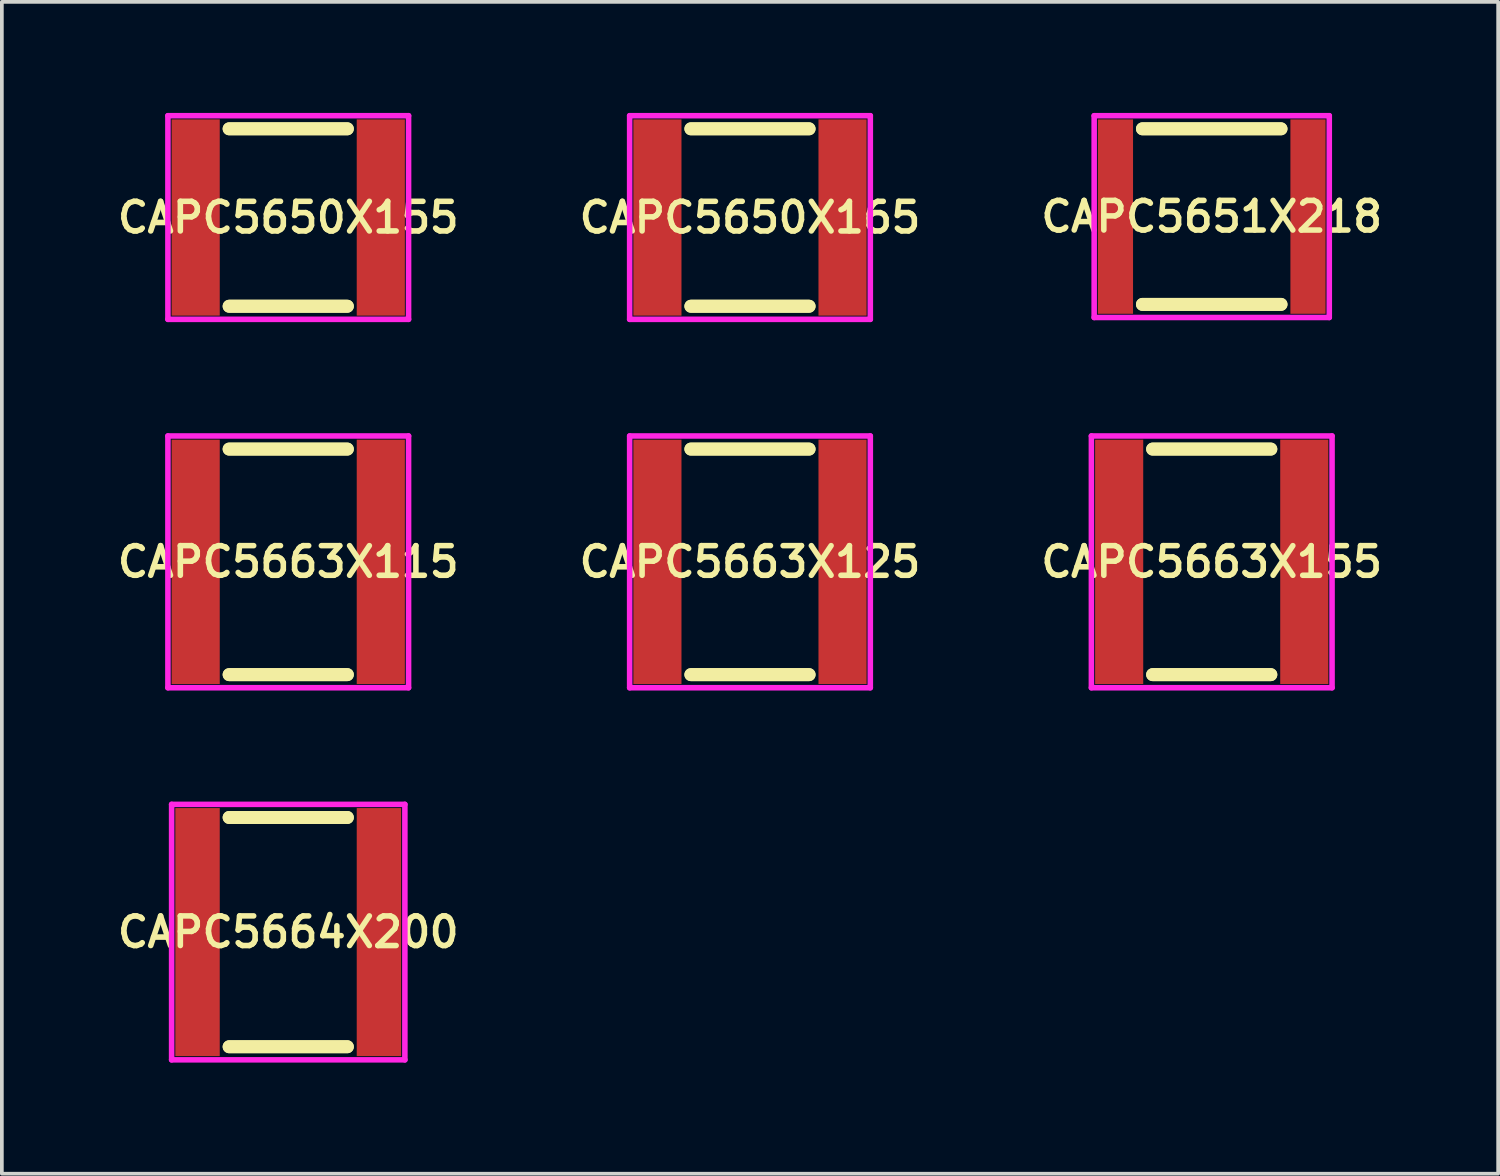
<source format=kicad_pcb>
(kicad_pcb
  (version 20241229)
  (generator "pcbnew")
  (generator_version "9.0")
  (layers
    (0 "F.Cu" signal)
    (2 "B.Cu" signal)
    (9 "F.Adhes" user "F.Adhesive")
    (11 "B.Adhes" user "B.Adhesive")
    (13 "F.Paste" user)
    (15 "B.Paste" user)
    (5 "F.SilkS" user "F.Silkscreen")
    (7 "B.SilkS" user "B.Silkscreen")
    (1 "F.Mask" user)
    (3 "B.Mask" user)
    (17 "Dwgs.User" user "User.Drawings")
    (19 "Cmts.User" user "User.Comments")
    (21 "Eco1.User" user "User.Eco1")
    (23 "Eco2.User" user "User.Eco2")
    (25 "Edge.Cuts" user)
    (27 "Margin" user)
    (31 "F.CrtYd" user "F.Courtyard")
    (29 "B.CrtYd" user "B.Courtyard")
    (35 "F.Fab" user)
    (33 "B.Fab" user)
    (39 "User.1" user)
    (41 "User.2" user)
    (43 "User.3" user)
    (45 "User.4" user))
  (footprint "CAPC5663X155"
    (layer "F.Cu")
    (at 29.677 12.125)
    (property "Reference" "CAPC5663X155" (at 0 0 0) (layer "F.SilkS") (effects (font (size 0.8 0.8) (thickness 0.15))))
    (attr smd)
    (fp_line (start -1.596 -3.046) (end 1.596 -3.046) (stroke (width 0.35) (type solid)) (layer "F.SilkS"))
    (fp_line (start -1.596 3.046) (end 1.596 3.046) (stroke (width 0.35) (type solid)) (layer "F.SilkS"))
    (fp_line (start 1.596 -3.046) (end -1.596 -3.046) (stroke (width 0.35) (type solid)) (layer "F.SilkS"))
    (fp_line (start 1.596 3.046) (end -1.596 3.046) (stroke (width 0.35) (type solid)) (layer "F.SilkS"))
    (fp_line (start -3.25 -3.4) (end 3.25 -3.4) (stroke (width 0.15) (type solid)) (layer "F.CrtYd"))
    (fp_line (start -3.25 3.4) (end -3.25 -3.4) (stroke (width 0.15) (type solid)) (layer "F.CrtYd"))
    (fp_line (start 3.25 -3.4) (end 3.25 3.4) (stroke (width 0.15) (type solid)) (layer "F.CrtYd"))
    (fp_line (start 3.25 3.4) (end -3.25 3.4) (stroke (width 0.15) (type solid)) (layer "F.CrtYd"))
    (pad "1" smd rect (at -2.5 0) (size 1.3 6.6) (layers "F.Cu" "F.Mask" "F.Paste"))
    (pad "2" smd rect (at 2.5 0) (size 1.3 6.6) (layers "F.Cu" "F.Mask" "F.Paste")))
  (footprint "CAPC5663X115"
    (layer "F.Cu")
    (at 4.735 12.125)
    (property "Reference" "CAPC5663X115" (at 0 0 0) (layer "F.SilkS") (effects (font (size 0.8 0.8) (thickness 0.15))))
    (attr smd)
    (fp_line (start -1.596 -3.046) (end 1.596 -3.046) (stroke (width 0.35) (type solid)) (layer "F.SilkS"))
    (fp_line (start -1.596 3.046) (end 1.596 3.046) (stroke (width 0.35) (type solid)) (layer "F.SilkS"))
    (fp_line (start 1.596 -3.046) (end -1.596 -3.046) (stroke (width 0.35) (type solid)) (layer "F.SilkS"))
    (fp_line (start 1.596 3.046) (end -1.596 3.046) (stroke (width 0.35) (type solid)) (layer "F.SilkS"))
    (fp_line (start -3.25 -3.4) (end 3.25 -3.4) (stroke (width 0.15) (type solid)) (layer "F.CrtYd"))
    (fp_line (start -3.25 3.4) (end -3.25 -3.4) (stroke (width 0.15) (type solid)) (layer "F.CrtYd"))
    (fp_line (start 3.25 -3.4) (end 3.25 3.4) (stroke (width 0.15) (type solid)) (layer "F.CrtYd"))
    (fp_line (start 3.25 3.4) (end -3.25 3.4) (stroke (width 0.15) (type solid)) (layer "F.CrtYd"))
    (pad "1" smd rect (at -2.5 0) (size 1.3 6.6) (layers "F.Cu" "F.Mask" "F.Paste"))
    (pad "2" smd rect (at 2.5 0) (size 1.3 6.6) (layers "F.Cu" "F.Mask" "F.Paste")))
  (footprint "CAPC5651X218"
    (layer "F.Cu")
    (at 29.677 2.8)
    (property "Reference" "CAPC5651X218" (at 0 0 0) (layer "F.SilkS") (effects (font (size 0.8 0.8) (thickness 0.15))))
    (attr smd)
    (fp_line (start -1.871 -2.371) (end 1.871 -2.371) (stroke (width 0.35) (type solid)) (layer "F.SilkS"))
    (fp_line (start -1.871 2.371) (end 1.871 2.371) (stroke (width 0.35) (type solid)) (layer "F.SilkS"))
    (fp_line (start 1.871 -2.371) (end -1.871 -2.371) (stroke (width 0.35) (type solid)) (layer "F.SilkS"))
    (fp_line (start 1.871 2.371) (end -1.871 2.371) (stroke (width 0.35) (type solid)) (layer "F.SilkS"))
    (fp_line (start -3.175 -2.725) (end 3.175 -2.725) (stroke (width 0.15) (type solid)) (layer "F.CrtYd"))
    (fp_line (start -3.175 2.725) (end -3.175 -2.725) (stroke (width 0.15) (type solid)) (layer "F.CrtYd"))
    (fp_line (start 3.175 -2.725) (end 3.175 2.725) (stroke (width 0.15) (type solid)) (layer "F.CrtYd"))
    (fp_line (start 3.175 2.725) (end -3.175 2.725) (stroke (width 0.15) (type solid)) (layer "F.CrtYd"))
    (pad "1" smd rect (at -2.6 0) (size 0.95 5.25) (layers "F.Cu" "F.Mask" "F.Paste"))
    (pad "2" smd rect (at 2.6 0) (size 0.95 5.25) (layers "F.Cu" "F.Mask" "F.Paste")))
  (footprint "CAPC5663X125"
    (layer "F.Cu")
    (at 17.206 12.125)
    (property "Reference" "CAPC5663X125" (at 0 0 0) (layer "F.SilkS") (effects (font (size 0.8 0.8) (thickness 0.15))))
    (attr smd)
    (fp_line (start -1.596 -3.046) (end 1.596 -3.046) (stroke (width 0.35) (type solid)) (layer "F.SilkS"))
    (fp_line (start -1.596 3.046) (end 1.596 3.046) (stroke (width 0.35) (type solid)) (layer "F.SilkS"))
    (fp_line (start 1.596 -3.046) (end -1.596 -3.046) (stroke (width 0.35) (type solid)) (layer "F.SilkS"))
    (fp_line (start 1.596 3.046) (end -1.596 3.046) (stroke (width 0.35) (type solid)) (layer "F.SilkS"))
    (fp_line (start -3.25 -3.4) (end 3.25 -3.4) (stroke (width 0.15) (type solid)) (layer "F.CrtYd"))
    (fp_line (start -3.25 3.4) (end -3.25 -3.4) (stroke (width 0.15) (type solid)) (layer "F.CrtYd"))
    (fp_line (start 3.25 -3.4) (end 3.25 3.4) (stroke (width 0.15) (type solid)) (layer "F.CrtYd"))
    (fp_line (start 3.25 3.4) (end -3.25 3.4) (stroke (width 0.15) (type solid)) (layer "F.CrtYd"))
    (pad "1" smd rect (at -2.5 0) (size 1.3 6.6) (layers "F.Cu" "F.Mask" "F.Paste"))
    (pad "2" smd rect (at 2.5 0) (size 1.3 6.6) (layers "F.Cu" "F.Mask" "F.Paste")))
  (footprint "CAPC5650X165"
    (layer "F.Cu")
    (at 17.206 2.825)
    (property "Reference" "CAPC5650X165" (at 0 0 0) (layer "F.SilkS") (effects (font (size 0.8 0.8) (thickness 0.15))))
    (attr smd)
    (fp_line (start -1.596 -2.396) (end 1.596 -2.396) (stroke (width 0.35) (type solid)) (layer "F.SilkS"))
    (fp_line (start -1.596 2.396) (end 1.596 2.396) (stroke (width 0.35) (type solid)) (layer "F.SilkS"))
    (fp_line (start 1.596 -2.396) (end -1.596 -2.396) (stroke (width 0.35) (type solid)) (layer "F.SilkS"))
    (fp_line (start 1.596 2.396) (end -1.596 2.396) (stroke (width 0.35) (type solid)) (layer "F.SilkS"))
    (fp_line (start -3.25 -2.75) (end 3.25 -2.75) (stroke (width 0.15) (type solid)) (layer "F.CrtYd"))
    (fp_line (start -3.25 2.75) (end -3.25 -2.75) (stroke (width 0.15) (type solid)) (layer "F.CrtYd"))
    (fp_line (start 3.25 -2.75) (end 3.25 2.75) (stroke (width 0.15) (type solid)) (layer "F.CrtYd"))
    (fp_line (start 3.25 2.75) (end -3.25 2.75) (stroke (width 0.15) (type solid)) (layer "F.CrtYd"))
    (pad "1" smd rect (at -2.5 0) (size 1.3 5.3) (layers "F.Cu" "F.Mask" "F.Paste"))
    (pad "2" smd rect (at 2.5 0) (size 1.3 5.3) (layers "F.Cu" "F.Mask" "F.Paste")))
  (footprint "CAPC5650X155"
    (layer "F.Cu")
    (at 4.735 2.825)
    (property "Reference" "CAPC5650X155" (at 0 0 0) (layer "F.SilkS") (effects (font (size 0.8 0.8) (thickness 0.15))))
    (attr smd)
    (fp_line (start -1.596 -2.396) (end 1.596 -2.396) (stroke (width 0.35) (type solid)) (layer "F.SilkS"))
    (fp_line (start -1.596 2.396) (end 1.596 2.396) (stroke (width 0.35) (type solid)) (layer "F.SilkS"))
    (fp_line (start 1.596 -2.396) (end -1.596 -2.396) (stroke (width 0.35) (type solid)) (layer "F.SilkS"))
    (fp_line (start 1.596 2.396) (end -1.596 2.396) (stroke (width 0.35) (type solid)) (layer "F.SilkS"))
    (fp_line (start -3.25 -2.75) (end 3.25 -2.75) (stroke (width 0.15) (type solid)) (layer "F.CrtYd"))
    (fp_line (start -3.25 2.75) (end -3.25 -2.75) (stroke (width 0.15) (type solid)) (layer "F.CrtYd"))
    (fp_line (start 3.25 -2.75) (end 3.25 2.75) (stroke (width 0.15) (type solid)) (layer "F.CrtYd"))
    (fp_line (start 3.25 2.75) (end -3.25 2.75) (stroke (width 0.15) (type solid)) (layer "F.CrtYd"))
    (pad "1" smd rect (at -2.5 0) (size 1.3 5.3) (layers "F.Cu" "F.Mask" "F.Paste"))
    (pad "2" smd rect (at 2.5 0) (size 1.3 5.3) (layers "F.Cu" "F.Mask" "F.Paste")))
  (footprint "CAPC5664X200"
    (layer "F.Cu")
    (at 4.735 22.125)
    (property "Reference" "CAPC5664X200" (at 0 0 0) (layer "F.SilkS") (effects (font (size 0.8 0.8) (thickness 0.15))))
    (attr smd)
    (fp_line (start -1.596 -3.096) (end 1.596 -3.096) (stroke (width 0.35) (type solid)) (layer "F.SilkS"))
    (fp_line (start -1.596 3.096) (end 1.596 3.096) (stroke (width 0.35) (type solid)) (layer "F.SilkS"))
    (fp_line (start 1.596 -3.096) (end -1.596 -3.096) (stroke (width 0.35) (type solid)) (layer "F.SilkS"))
    (fp_line (start 1.596 3.096) (end -1.596 3.096) (stroke (width 0.35) (type solid)) (layer "F.SilkS"))
    (fp_line (start -3.15 -3.45) (end 3.15 -3.45) (stroke (width 0.15) (type solid)) (layer "F.CrtYd"))
    (fp_line (start -3.15 3.45) (end -3.15 -3.45) (stroke (width 0.15) (type solid)) (layer "F.CrtYd"))
    (fp_line (start 3.15 -3.45) (end 3.15 3.45) (stroke (width 0.15) (type solid)) (layer "F.CrtYd"))
    (fp_line (start 3.15 3.45) (end -3.15 3.45) (stroke (width 0.15) (type solid)) (layer "F.CrtYd"))
    (pad "1" smd rect (at -2.45 0) (size 1.2 6.7) (layers "F.Cu" "F.Mask" "F.Paste"))
    (pad "2" smd rect (at 2.45 0) (size 1.2 6.7) (layers "F.Cu" "F.Mask" "F.Paste")))
  (gr_rect
    (start -3 -3)
    (end 37.413 28.65)
    (stroke (width 0.1) (type default))
    (fill no)
    (layer "Edge.Cuts")))
</source>
